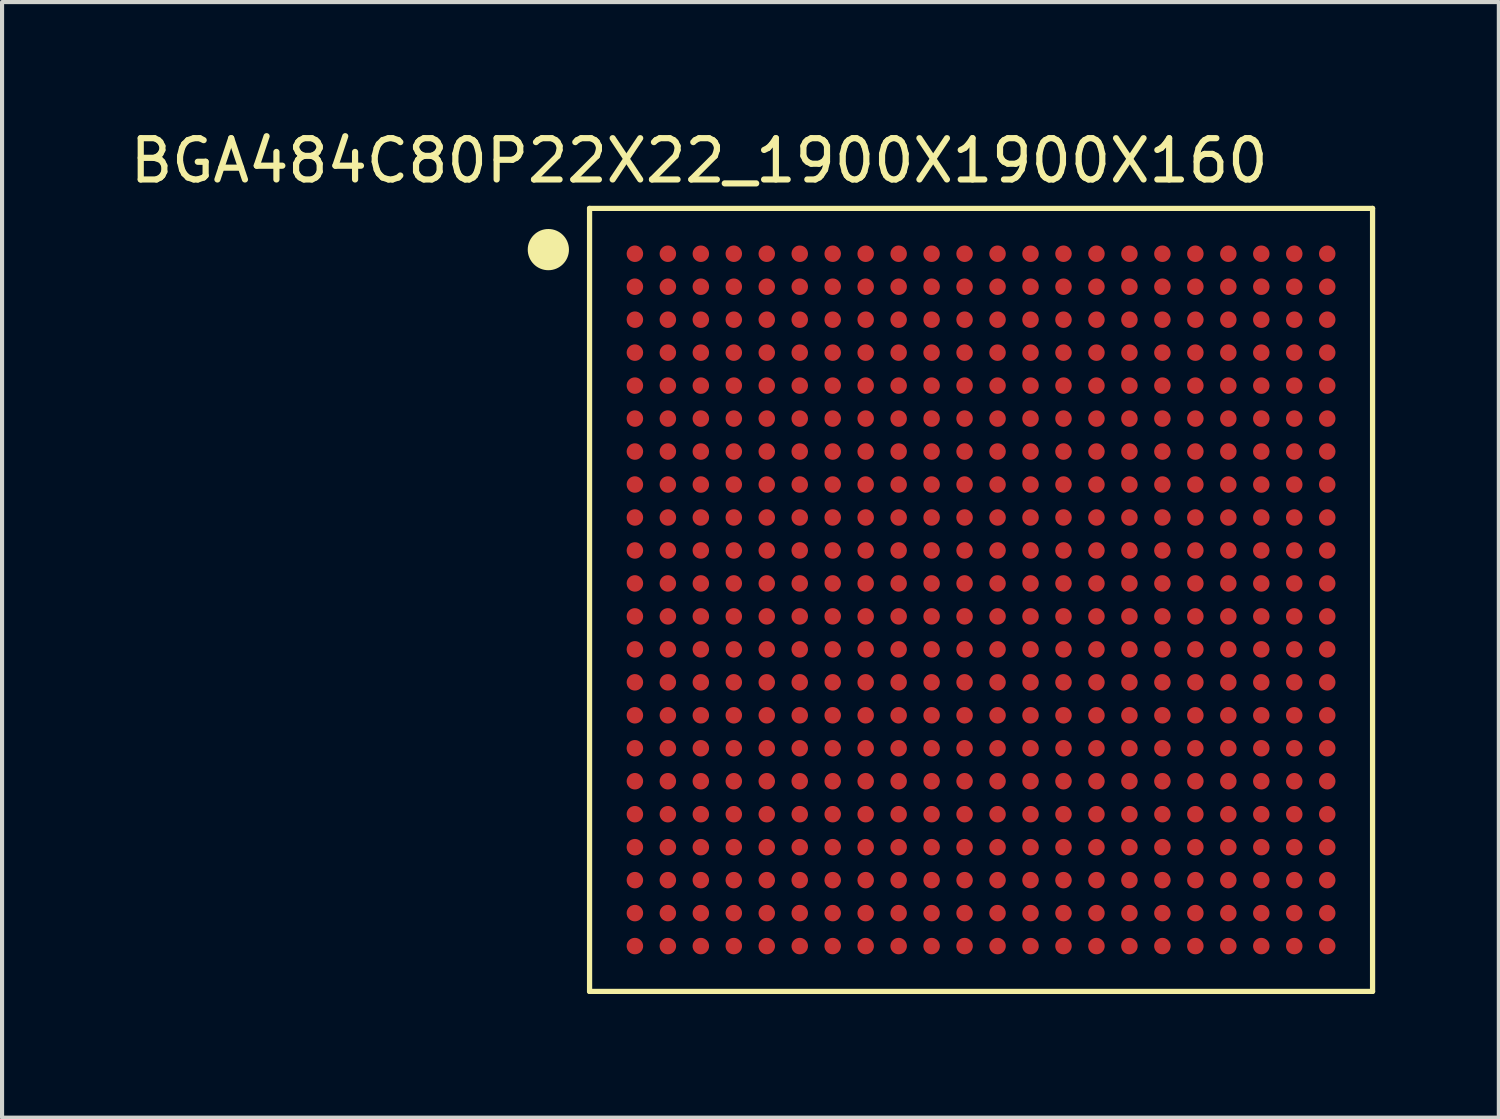
<source format=kicad_pcb>
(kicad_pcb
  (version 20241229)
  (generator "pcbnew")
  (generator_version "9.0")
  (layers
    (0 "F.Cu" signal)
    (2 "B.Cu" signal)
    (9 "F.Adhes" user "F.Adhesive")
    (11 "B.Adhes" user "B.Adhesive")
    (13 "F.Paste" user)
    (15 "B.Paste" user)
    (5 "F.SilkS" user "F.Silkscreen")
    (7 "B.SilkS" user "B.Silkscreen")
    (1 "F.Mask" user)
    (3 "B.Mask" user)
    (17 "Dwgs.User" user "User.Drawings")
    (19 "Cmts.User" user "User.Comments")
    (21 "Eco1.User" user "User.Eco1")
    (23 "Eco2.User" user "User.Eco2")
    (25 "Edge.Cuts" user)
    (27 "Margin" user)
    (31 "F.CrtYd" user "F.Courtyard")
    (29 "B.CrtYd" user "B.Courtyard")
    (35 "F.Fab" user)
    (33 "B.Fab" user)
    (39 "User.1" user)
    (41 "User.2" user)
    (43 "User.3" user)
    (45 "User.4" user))
  (footprint "BGA484C80P22X22_1900X1900X160"
    (layer "F.Cu")
    (at 20.756 11.507)
    (property "Reference" "BGA484C80P22X22_1900X1900X160" (at -6.84 -10.658 0) (layer "F.SilkS") (effects (font (size 1.002 1.002) (thickness 0.15))))
    (attr smd)
    (fp_line (start -9.5 -9.5) (end -9.5 9.5) (stroke (width 0.127) (type solid)) (layer "F.SilkS"))
    (fp_line (start -9.5 9.5) (end 9.5 9.5) (stroke (width 0.127) (type solid)) (layer "F.SilkS"))
    (fp_line (start 9.5 -9.5) (end -9.5 -9.5) (stroke (width 0.127) (type solid)) (layer "F.SilkS"))
    (fp_line (start 9.5 9.5) (end 9.5 -9.5) (stroke (width 0.127) (type solid)) (layer "F.SilkS"))
    (fp_circle (center -10.5 -8.5) (end -10 -8.5) (stroke (width 0) (type solid)) (fill yes) (layer "F.SilkS"))
    (pad "A1" smd circle (at -8.4 -8.4) (size 0.4 0.4) (layers "F.Cu" "F.Mask" "F.Paste"))
    (pad "A2" smd circle (at -7.6 -8.4) (size 0.4 0.4) (layers "F.Cu" "F.Mask" "F.Paste"))
    (pad "A3" smd circle (at -6.8 -8.4) (size 0.4 0.4) (layers "F.Cu" "F.Mask" "F.Paste"))
    (pad "A4" smd circle (at -6 -8.4) (size 0.4 0.4) (layers "F.Cu" "F.Mask" "F.Paste"))
    (pad "A5" smd circle (at -5.2 -8.4) (size 0.4 0.4) (layers "F.Cu" "F.Mask" "F.Paste"))
    (pad "A6" smd circle (at -4.4 -8.4) (size 0.4 0.4) (layers "F.Cu" "F.Mask" "F.Paste"))
    (pad "A7" smd circle (at -3.6 -8.4) (size 0.4 0.4) (layers "F.Cu" "F.Mask" "F.Paste"))
    (pad "A8" smd circle (at -2.8 -8.4) (size 0.4 0.4) (layers "F.Cu" "F.Mask" "F.Paste"))
    (pad "A9" smd circle (at -2 -8.4) (size 0.4 0.4) (layers "F.Cu" "F.Mask" "F.Paste"))
    (pad "A10" smd circle (at -1.2 -8.4) (size 0.4 0.4) (layers "F.Cu" "F.Mask" "F.Paste"))
    (pad "A11" smd circle (at -0.4 -8.4) (size 0.4 0.4) (layers "F.Cu" "F.Mask" "F.Paste"))
    (pad "A12" smd circle (at 0.4 -8.4) (size 0.4 0.4) (layers "F.Cu" "F.Mask" "F.Paste"))
    (pad "A13" smd circle (at 1.2 -8.4) (size 0.4 0.4) (layers "F.Cu" "F.Mask" "F.Paste"))
    (pad "A14" smd circle (at 2 -8.4) (size 0.4 0.4) (layers "F.Cu" "F.Mask" "F.Paste"))
    (pad "A15" smd circle (at 2.8 -8.4) (size 0.4 0.4) (layers "F.Cu" "F.Mask" "F.Paste"))
    (pad "A16" smd circle (at 3.6 -8.4) (size 0.4 0.4) (layers "F.Cu" "F.Mask" "F.Paste"))
    (pad "A17" smd circle (at 4.4 -8.4) (size 0.4 0.4) (layers "F.Cu" "F.Mask" "F.Paste"))
    (pad "A18" smd circle (at 5.2 -8.4) (size 0.4 0.4) (layers "F.Cu" "F.Mask" "F.Paste"))
    (pad "A19" smd circle (at 6 -8.4) (size 0.4 0.4) (layers "F.Cu" "F.Mask" "F.Paste"))
    (pad "A20" smd circle (at 6.8 -8.4) (size 0.4 0.4) (layers "F.Cu" "F.Mask" "F.Paste"))
    (pad "A21" smd circle (at 7.6 -8.4) (size 0.4 0.4) (layers "F.Cu" "F.Mask" "F.Paste"))
    (pad "A22" smd circle (at 8.4 -8.4) (size 0.4 0.4) (layers "F.Cu" "F.Mask" "F.Paste"))
    (pad "AA1" smd circle (at -8.4 7.6) (size 0.4 0.4) (layers "F.Cu" "F.Mask" "F.Paste"))
    (pad "AA2" smd circle (at -7.6 7.6) (size 0.4 0.4) (layers "F.Cu" "F.Mask" "F.Paste"))
    (pad "AA3" smd circle (at -6.8 7.6) (size 0.4 0.4) (layers "F.Cu" "F.Mask" "F.Paste"))
    (pad "AA4" smd circle (at -6 7.6) (size 0.4 0.4) (layers "F.Cu" "F.Mask" "F.Paste"))
    (pad "AA5" smd circle (at -5.2 7.6) (size 0.4 0.4) (layers "F.Cu" "F.Mask" "F.Paste"))
    (pad "AA6" smd circle (at -4.4 7.6) (size 0.4 0.4) (layers "F.Cu" "F.Mask" "F.Paste"))
    (pad "AA7" smd circle (at -3.6 7.6) (size 0.4 0.4) (layers "F.Cu" "F.Mask" "F.Paste"))
    (pad "AA8" smd circle (at -2.8 7.6) (size 0.4 0.4) (layers "F.Cu" "F.Mask" "F.Paste"))
    (pad "AA9" smd circle (at -2 7.6) (size 0.4 0.4) (layers "F.Cu" "F.Mask" "F.Paste"))
    (pad "AA10" smd circle (at -1.2 7.6) (size 0.4 0.4) (layers "F.Cu" "F.Mask" "F.Paste"))
    (pad "AA11" smd circle (at -0.4 7.6) (size 0.4 0.4) (layers "F.Cu" "F.Mask" "F.Paste"))
    (pad "AA12" smd circle (at 0.4 7.6) (size 0.4 0.4) (layers "F.Cu" "F.Mask" "F.Paste"))
    (pad "AA13" smd circle (at 1.2 7.6) (size 0.4 0.4) (layers "F.Cu" "F.Mask" "F.Paste"))
    (pad "AA14" smd circle (at 2 7.6) (size 0.4 0.4) (layers "F.Cu" "F.Mask" "F.Paste"))
    (pad "AA15" smd circle (at 2.8 7.6) (size 0.4 0.4) (layers "F.Cu" "F.Mask" "F.Paste"))
    (pad "AA16" smd circle (at 3.6 7.6) (size 0.4 0.4) (layers "F.Cu" "F.Mask" "F.Paste"))
    (pad "AA17" smd circle (at 4.4 7.6) (size 0.4 0.4) (layers "F.Cu" "F.Mask" "F.Paste"))
    (pad "AA18" smd circle (at 5.2 7.6) (size 0.4 0.4) (layers "F.Cu" "F.Mask" "F.Paste"))
    (pad "AA19" smd circle (at 6 7.6) (size 0.4 0.4) (layers "F.Cu" "F.Mask" "F.Paste"))
    (pad "AA20" smd circle (at 6.8 7.6) (size 0.4 0.4) (layers "F.Cu" "F.Mask" "F.Paste"))
    (pad "AA21" smd circle (at 7.6 7.6) (size 0.4 0.4) (layers "F.Cu" "F.Mask" "F.Paste"))
    (pad "AA22" smd circle (at 8.4 7.6) (size 0.4 0.4) (layers "F.Cu" "F.Mask" "F.Paste"))
    (pad "AB1" smd circle (at -8.4 8.4) (size 0.4 0.4) (layers "F.Cu" "F.Mask" "F.Paste"))
    (pad "AB2" smd circle (at -7.6 8.4) (size 0.4 0.4) (layers "F.Cu" "F.Mask" "F.Paste"))
    (pad "AB3" smd circle (at -6.8 8.4) (size 0.4 0.4) (layers "F.Cu" "F.Mask" "F.Paste"))
    (pad "AB4" smd circle (at -6 8.4) (size 0.4 0.4) (layers "F.Cu" "F.Mask" "F.Paste"))
    (pad "AB5" smd circle (at -5.2 8.4) (size 0.4 0.4) (layers "F.Cu" "F.Mask" "F.Paste"))
    (pad "AB6" smd circle (at -4.4 8.4) (size 0.4 0.4) (layers "F.Cu" "F.Mask" "F.Paste"))
    (pad "AB7" smd circle (at -3.6 8.4) (size 0.4 0.4) (layers "F.Cu" "F.Mask" "F.Paste"))
    (pad "AB8" smd circle (at -2.8 8.4) (size 0.4 0.4) (layers "F.Cu" "F.Mask" "F.Paste"))
    (pad "AB9" smd circle (at -2 8.4) (size 0.4 0.4) (layers "F.Cu" "F.Mask" "F.Paste"))
    (pad "AB10" smd circle (at -1.2 8.4) (size 0.4 0.4) (layers "F.Cu" "F.Mask" "F.Paste"))
    (pad "AB11" smd circle (at -0.4 8.4) (size 0.4 0.4) (layers "F.Cu" "F.Mask" "F.Paste"))
    (pad "AB12" smd circle (at 0.4 8.4) (size 0.4 0.4) (layers "F.Cu" "F.Mask" "F.Paste"))
    (pad "AB13" smd circle (at 1.2 8.4) (size 0.4 0.4) (layers "F.Cu" "F.Mask" "F.Paste"))
    (pad "AB14" smd circle (at 2 8.4) (size 0.4 0.4) (layers "F.Cu" "F.Mask" "F.Paste"))
    (pad "AB15" smd circle (at 2.8 8.4) (size 0.4 0.4) (layers "F.Cu" "F.Mask" "F.Paste"))
    (pad "AB16" smd circle (at 3.6 8.4) (size 0.4 0.4) (layers "F.Cu" "F.Mask" "F.Paste"))
    (pad "AB17" smd circle (at 4.4 8.4) (size 0.4 0.4) (layers "F.Cu" "F.Mask" "F.Paste"))
    (pad "AB18" smd circle (at 5.2 8.4) (size 0.4 0.4) (layers "F.Cu" "F.Mask" "F.Paste"))
    (pad "AB19" smd circle (at 6 8.4) (size 0.4 0.4) (layers "F.Cu" "F.Mask" "F.Paste"))
    (pad "AB20" smd circle (at 6.8 8.4) (size 0.4 0.4) (layers "F.Cu" "F.Mask" "F.Paste"))
    (pad "AB21" smd circle (at 7.6 8.4) (size 0.4 0.4) (layers "F.Cu" "F.Mask" "F.Paste"))
    (pad "AB22" smd circle (at 8.4 8.4) (size 0.4 0.4) (layers "F.Cu" "F.Mask" "F.Paste"))
    (pad "B1" smd circle (at -8.4 -7.6) (size 0.4 0.4) (layers "F.Cu" "F.Mask" "F.Paste"))
    (pad "B2" smd circle (at -7.6 -7.6) (size 0.4 0.4) (layers "F.Cu" "F.Mask" "F.Paste"))
    (pad "B3" smd circle (at -6.8 -7.6) (size 0.4 0.4) (layers "F.Cu" "F.Mask" "F.Paste"))
    (pad "B4" smd circle (at -6 -7.6) (size 0.4 0.4) (layers "F.Cu" "F.Mask" "F.Paste"))
    (pad "B5" smd circle (at -5.2 -7.6) (size 0.4 0.4) (layers "F.Cu" "F.Mask" "F.Paste"))
    (pad "B6" smd circle (at -4.4 -7.6) (size 0.4 0.4) (layers "F.Cu" "F.Mask" "F.Paste"))
    (pad "B7" smd circle (at -3.6 -7.6) (size 0.4 0.4) (layers "F.Cu" "F.Mask" "F.Paste"))
    (pad "B8" smd circle (at -2.8 -7.6) (size 0.4 0.4) (layers "F.Cu" "F.Mask" "F.Paste"))
    (pad "B9" smd circle (at -2 -7.6) (size 0.4 0.4) (layers "F.Cu" "F.Mask" "F.Paste"))
    (pad "B10" smd circle (at -1.2 -7.6) (size 0.4 0.4) (layers "F.Cu" "F.Mask" "F.Paste"))
    (pad "B11" smd circle (at -0.4 -7.6) (size 0.4 0.4) (layers "F.Cu" "F.Mask" "F.Paste"))
    (pad "B12" smd circle (at 0.4 -7.6) (size 0.4 0.4) (layers "F.Cu" "F.Mask" "F.Paste"))
    (pad "B13" smd circle (at 1.2 -7.6) (size 0.4 0.4) (layers "F.Cu" "F.Mask" "F.Paste"))
    (pad "B14" smd circle (at 2 -7.6) (size 0.4 0.4) (layers "F.Cu" "F.Mask" "F.Paste"))
    (pad "B15" smd circle (at 2.8 -7.6) (size 0.4 0.4) (layers "F.Cu" "F.Mask" "F.Paste"))
    (pad "B16" smd circle (at 3.6 -7.6) (size 0.4 0.4) (layers "F.Cu" "F.Mask" "F.Paste"))
    (pad "B17" smd circle (at 4.4 -7.6) (size 0.4 0.4) (layers "F.Cu" "F.Mask" "F.Paste"))
    (pad "B18" smd circle (at 5.2 -7.6) (size 0.4 0.4) (layers "F.Cu" "F.Mask" "F.Paste"))
    (pad "B19" smd circle (at 6 -7.6) (size 0.4 0.4) (layers "F.Cu" "F.Mask" "F.Paste"))
    (pad "B20" smd circle (at 6.8 -7.6) (size 0.4 0.4) (layers "F.Cu" "F.Mask" "F.Paste"))
    (pad "B21" smd circle (at 7.6 -7.6) (size 0.4 0.4) (layers "F.Cu" "F.Mask" "F.Paste"))
    (pad "B22" smd circle (at 8.4 -7.6) (size 0.4 0.4) (layers "F.Cu" "F.Mask" "F.Paste"))
    (pad "C1" smd circle (at -8.4 -6.8) (size 0.4 0.4) (layers "F.Cu" "F.Mask" "F.Paste"))
    (pad "C2" smd circle (at -7.6 -6.8) (size 0.4 0.4) (layers "F.Cu" "F.Mask" "F.Paste"))
    (pad "C3" smd circle (at -6.8 -6.8) (size 0.4 0.4) (layers "F.Cu" "F.Mask" "F.Paste"))
    (pad "C4" smd circle (at -6 -6.8) (size 0.4 0.4) (layers "F.Cu" "F.Mask" "F.Paste"))
    (pad "C5" smd circle (at -5.2 -6.8) (size 0.4 0.4) (layers "F.Cu" "F.Mask" "F.Paste"))
    (pad "C6" smd circle (at -4.4 -6.8) (size 0.4 0.4) (layers "F.Cu" "F.Mask" "F.Paste"))
    (pad "C7" smd circle (at -3.6 -6.8) (size 0.4 0.4) (layers "F.Cu" "F.Mask" "F.Paste"))
    (pad "C8" smd circle (at -2.8 -6.8) (size 0.4 0.4) (layers "F.Cu" "F.Mask" "F.Paste"))
    (pad "C9" smd circle (at -2 -6.8) (size 0.4 0.4) (layers "F.Cu" "F.Mask" "F.Paste"))
    (pad "C10" smd circle (at -1.2 -6.8) (size 0.4 0.4) (layers "F.Cu" "F.Mask" "F.Paste"))
    (pad "C11" smd circle (at -0.4 -6.8) (size 0.4 0.4) (layers "F.Cu" "F.Mask" "F.Paste"))
    (pad "C12" smd circle (at 0.4 -6.8) (size 0.4 0.4) (layers "F.Cu" "F.Mask" "F.Paste"))
    (pad "C13" smd circle (at 1.2 -6.8) (size 0.4 0.4) (layers "F.Cu" "F.Mask" "F.Paste"))
    (pad "C14" smd circle (at 2 -6.8) (size 0.4 0.4) (layers "F.Cu" "F.Mask" "F.Paste"))
    (pad "C15" smd circle (at 2.8 -6.8) (size 0.4 0.4) (layers "F.Cu" "F.Mask" "F.Paste"))
    (pad "C16" smd circle (at 3.6 -6.8) (size 0.4 0.4) (layers "F.Cu" "F.Mask" "F.Paste"))
    (pad "C17" smd circle (at 4.4 -6.8) (size 0.4 0.4) (layers "F.Cu" "F.Mask" "F.Paste"))
    (pad "C18" smd circle (at 5.2 -6.8) (size 0.4 0.4) (layers "F.Cu" "F.Mask" "F.Paste"))
    (pad "C19" smd circle (at 6 -6.8) (size 0.4 0.4) (layers "F.Cu" "F.Mask" "F.Paste"))
    (pad "C20" smd circle (at 6.8 -6.8) (size 0.4 0.4) (layers "F.Cu" "F.Mask" "F.Paste"))
    (pad "C21" smd circle (at 7.6 -6.8) (size 0.4 0.4) (layers "F.Cu" "F.Mask" "F.Paste"))
    (pad "C22" smd circle (at 8.4 -6.8) (size 0.4 0.4) (layers "F.Cu" "F.Mask" "F.Paste"))
    (pad "D1" smd circle (at -8.4 -6) (size 0.4 0.4) (layers "F.Cu" "F.Mask" "F.Paste"))
    (pad "D2" smd circle (at -7.6 -6) (size 0.4 0.4) (layers "F.Cu" "F.Mask" "F.Paste"))
    (pad "D3" smd circle (at -6.8 -6) (size 0.4 0.4) (layers "F.Cu" "F.Mask" "F.Paste"))
    (pad "D4" smd circle (at -6 -6) (size 0.4 0.4) (layers "F.Cu" "F.Mask" "F.Paste"))
    (pad "D5" smd circle (at -5.2 -6) (size 0.4 0.4) (layers "F.Cu" "F.Mask" "F.Paste"))
    (pad "D6" smd circle (at -4.4 -6) (size 0.4 0.4) (layers "F.Cu" "F.Mask" "F.Paste"))
    (pad "D7" smd circle (at -3.6 -6) (size 0.4 0.4) (layers "F.Cu" "F.Mask" "F.Paste"))
    (pad "D8" smd circle (at -2.8 -6) (size 0.4 0.4) (layers "F.Cu" "F.Mask" "F.Paste"))
    (pad "D9" smd circle (at -2 -6) (size 0.4 0.4) (layers "F.Cu" "F.Mask" "F.Paste"))
    (pad "D10" smd circle (at -1.2 -6) (size 0.4 0.4) (layers "F.Cu" "F.Mask" "F.Paste"))
    (pad "D11" smd circle (at -0.4 -6) (size 0.4 0.4) (layers "F.Cu" "F.Mask" "F.Paste"))
    (pad "D12" smd circle (at 0.4 -6) (size 0.4 0.4) (layers "F.Cu" "F.Mask" "F.Paste"))
    (pad "D13" smd circle (at 1.2 -6) (size 0.4 0.4) (layers "F.Cu" "F.Mask" "F.Paste"))
    (pad "D14" smd circle (at 2 -6) (size 0.4 0.4) (layers "F.Cu" "F.Mask" "F.Paste"))
    (pad "D15" smd circle (at 2.8 -6) (size 0.4 0.4) (layers "F.Cu" "F.Mask" "F.Paste"))
    (pad "D16" smd circle (at 3.6 -6) (size 0.4 0.4) (layers "F.Cu" "F.Mask" "F.Paste"))
    (pad "D17" smd circle (at 4.4 -6) (size 0.4 0.4) (layers "F.Cu" "F.Mask" "F.Paste"))
    (pad "D18" smd circle (at 5.2 -6) (size 0.4 0.4) (layers "F.Cu" "F.Mask" "F.Paste"))
    (pad "D19" smd circle (at 6 -6) (size 0.4 0.4) (layers "F.Cu" "F.Mask" "F.Paste"))
    (pad "D20" smd circle (at 6.8 -6) (size 0.4 0.4) (layers "F.Cu" "F.Mask" "F.Paste"))
    (pad "D21" smd circle (at 7.6 -6) (size 0.4 0.4) (layers "F.Cu" "F.Mask" "F.Paste"))
    (pad "D22" smd circle (at 8.4 -6) (size 0.4 0.4) (layers "F.Cu" "F.Mask" "F.Paste"))
    (pad "E1" smd circle (at -8.4 -5.2) (size 0.4 0.4) (layers "F.Cu" "F.Mask" "F.Paste"))
    (pad "E2" smd circle (at -7.6 -5.2) (size 0.4 0.4) (layers "F.Cu" "F.Mask" "F.Paste"))
    (pad "E3" smd circle (at -6.8 -5.2) (size 0.4 0.4) (layers "F.Cu" "F.Mask" "F.Paste"))
    (pad "E4" smd circle (at -6 -5.2) (size 0.4 0.4) (layers "F.Cu" "F.Mask" "F.Paste"))
    (pad "E5" smd circle (at -5.2 -5.2) (size 0.4 0.4) (layers "F.Cu" "F.Mask" "F.Paste"))
    (pad "E6" smd circle (at -4.4 -5.2) (size 0.4 0.4) (layers "F.Cu" "F.Mask" "F.Paste"))
    (pad "E7" smd circle (at -3.6 -5.2) (size 0.4 0.4) (layers "F.Cu" "F.Mask" "F.Paste"))
    (pad "E8" smd circle (at -2.8 -5.2) (size 0.4 0.4) (layers "F.Cu" "F.Mask" "F.Paste"))
    (pad "E9" smd circle (at -2 -5.2) (size 0.4 0.4) (layers "F.Cu" "F.Mask" "F.Paste"))
    (pad "E10" smd circle (at -1.2 -5.2) (size 0.4 0.4) (layers "F.Cu" "F.Mask" "F.Paste"))
    (pad "E11" smd circle (at -0.4 -5.2) (size 0.4 0.4) (layers "F.Cu" "F.Mask" "F.Paste"))
    (pad "E12" smd circle (at 0.4 -5.2) (size 0.4 0.4) (layers "F.Cu" "F.Mask" "F.Paste"))
    (pad "E13" smd circle (at 1.2 -5.2) (size 0.4 0.4) (layers "F.Cu" "F.Mask" "F.Paste"))
    (pad "E14" smd circle (at 2 -5.2) (size 0.4 0.4) (layers "F.Cu" "F.Mask" "F.Paste"))
    (pad "E15" smd circle (at 2.8 -5.2) (size 0.4 0.4) (layers "F.Cu" "F.Mask" "F.Paste"))
    (pad "E16" smd circle (at 3.6 -5.2) (size 0.4 0.4) (layers "F.Cu" "F.Mask" "F.Paste"))
    (pad "E17" smd circle (at 4.4 -5.2) (size 0.4 0.4) (layers "F.Cu" "F.Mask" "F.Paste"))
    (pad "E18" smd circle (at 5.2 -5.2) (size 0.4 0.4) (layers "F.Cu" "F.Mask" "F.Paste"))
    (pad "E19" smd circle (at 6 -5.2) (size 0.4 0.4) (layers "F.Cu" "F.Mask" "F.Paste"))
    (pad "E20" smd circle (at 6.8 -5.2) (size 0.4 0.4) (layers "F.Cu" "F.Mask" "F.Paste"))
    (pad "E21" smd circle (at 7.6 -5.2) (size 0.4 0.4) (layers "F.Cu" "F.Mask" "F.Paste"))
    (pad "E22" smd circle (at 8.4 -5.2) (size 0.4 0.4) (layers "F.Cu" "F.Mask" "F.Paste"))
    (pad "F1" smd circle (at -8.4 -4.4) (size 0.4 0.4) (layers "F.Cu" "F.Mask" "F.Paste"))
    (pad "F2" smd circle (at -7.6 -4.4) (size 0.4 0.4) (layers "F.Cu" "F.Mask" "F.Paste"))
    (pad "F3" smd circle (at -6.8 -4.4) (size 0.4 0.4) (layers "F.Cu" "F.Mask" "F.Paste"))
    (pad "F4" smd circle (at -6 -4.4) (size 0.4 0.4) (layers "F.Cu" "F.Mask" "F.Paste"))
    (pad "F5" smd circle (at -5.2 -4.4) (size 0.4 0.4) (layers "F.Cu" "F.Mask" "F.Paste"))
    (pad "F6" smd circle (at -4.4 -4.4) (size 0.4 0.4) (layers "F.Cu" "F.Mask" "F.Paste"))
    (pad "F7" smd circle (at -3.6 -4.4) (size 0.4 0.4) (layers "F.Cu" "F.Mask" "F.Paste"))
    (pad "F8" smd circle (at -2.8 -4.4) (size 0.4 0.4) (layers "F.Cu" "F.Mask" "F.Paste"))
    (pad "F9" smd circle (at -2 -4.4) (size 0.4 0.4) (layers "F.Cu" "F.Mask" "F.Paste"))
    (pad "F10" smd circle (at -1.2 -4.4) (size 0.4 0.4) (layers "F.Cu" "F.Mask" "F.Paste"))
    (pad "F11" smd circle (at -0.4 -4.4) (size 0.4 0.4) (layers "F.Cu" "F.Mask" "F.Paste"))
    (pad "F12" smd circle (at 0.4 -4.4) (size 0.4 0.4) (layers "F.Cu" "F.Mask" "F.Paste"))
    (pad "F13" smd circle (at 1.2 -4.4) (size 0.4 0.4) (layers "F.Cu" "F.Mask" "F.Paste"))
    (pad "F14" smd circle (at 2 -4.4) (size 0.4 0.4) (layers "F.Cu" "F.Mask" "F.Paste"))
    (pad "F15" smd circle (at 2.8 -4.4) (size 0.4 0.4) (layers "F.Cu" "F.Mask" "F.Paste"))
    (pad "F16" smd circle (at 3.6 -4.4) (size 0.4 0.4) (layers "F.Cu" "F.Mask" "F.Paste"))
    (pad "F17" smd circle (at 4.4 -4.4) (size 0.4 0.4) (layers "F.Cu" "F.Mask" "F.Paste"))
    (pad "F18" smd circle (at 5.2 -4.4) (size 0.4 0.4) (layers "F.Cu" "F.Mask" "F.Paste"))
    (pad "F19" smd circle (at 6 -4.4) (size 0.4 0.4) (layers "F.Cu" "F.Mask" "F.Paste"))
    (pad "F20" smd circle (at 6.8 -4.4) (size 0.4 0.4) (layers "F.Cu" "F.Mask" "F.Paste"))
    (pad "F21" smd circle (at 7.6 -4.4) (size 0.4 0.4) (layers "F.Cu" "F.Mask" "F.Paste"))
    (pad "F22" smd circle (at 8.4 -4.4) (size 0.4 0.4) (layers "F.Cu" "F.Mask" "F.Paste"))
    (pad "G1" smd circle (at -8.4 -3.6) (size 0.4 0.4) (layers "F.Cu" "F.Mask" "F.Paste"))
    (pad "G2" smd circle (at -7.6 -3.6) (size 0.4 0.4) (layers "F.Cu" "F.Mask" "F.Paste"))
    (pad "G3" smd circle (at -6.8 -3.6) (size 0.4 0.4) (layers "F.Cu" "F.Mask" "F.Paste"))
    (pad "G4" smd circle (at -6 -3.6) (size 0.4 0.4) (layers "F.Cu" "F.Mask" "F.Paste"))
    (pad "G5" smd circle (at -5.2 -3.6) (size 0.4 0.4) (layers "F.Cu" "F.Mask" "F.Paste"))
    (pad "G6" smd circle (at -4.4 -3.6) (size 0.4 0.4) (layers "F.Cu" "F.Mask" "F.Paste"))
    (pad "G7" smd circle (at -3.6 -3.6) (size 0.4 0.4) (layers "F.Cu" "F.Mask" "F.Paste"))
    (pad "G8" smd circle (at -2.8 -3.6) (size 0.4 0.4) (layers "F.Cu" "F.Mask" "F.Paste"))
    (pad "G9" smd circle (at -2 -3.6) (size 0.4 0.4) (layers "F.Cu" "F.Mask" "F.Paste"))
    (pad "G10" smd circle (at -1.2 -3.6) (size 0.4 0.4) (layers "F.Cu" "F.Mask" "F.Paste"))
    (pad "G11" smd circle (at -0.4 -3.6) (size 0.4 0.4) (layers "F.Cu" "F.Mask" "F.Paste"))
    (pad "G12" smd circle (at 0.4 -3.6) (size 0.4 0.4) (layers "F.Cu" "F.Mask" "F.Paste"))
    (pad "G13" smd circle (at 1.2 -3.6) (size 0.4 0.4) (layers "F.Cu" "F.Mask" "F.Paste"))
    (pad "G14" smd circle (at 2 -3.6) (size 0.4 0.4) (layers "F.Cu" "F.Mask" "F.Paste"))
    (pad "G15" smd circle (at 2.8 -3.6) (size 0.4 0.4) (layers "F.Cu" "F.Mask" "F.Paste"))
    (pad "G16" smd circle (at 3.6 -3.6) (size 0.4 0.4) (layers "F.Cu" "F.Mask" "F.Paste"))
    (pad "G17" smd circle (at 4.4 -3.6) (size 0.4 0.4) (layers "F.Cu" "F.Mask" "F.Paste"))
    (pad "G18" smd circle (at 5.2 -3.6) (size 0.4 0.4) (layers "F.Cu" "F.Mask" "F.Paste"))
    (pad "G19" smd circle (at 6 -3.6) (size 0.4 0.4) (layers "F.Cu" "F.Mask" "F.Paste"))
    (pad "G20" smd circle (at 6.8 -3.6) (size 0.4 0.4) (layers "F.Cu" "F.Mask" "F.Paste"))
    (pad "G21" smd circle (at 7.6 -3.6) (size 0.4 0.4) (layers "F.Cu" "F.Mask" "F.Paste"))
    (pad "G22" smd circle (at 8.4 -3.6) (size 0.4 0.4) (layers "F.Cu" "F.Mask" "F.Paste"))
    (pad "H1" smd circle (at -8.4 -2.8) (size 0.4 0.4) (layers "F.Cu" "F.Mask" "F.Paste"))
    (pad "H2" smd circle (at -7.6 -2.8) (size 0.4 0.4) (layers "F.Cu" "F.Mask" "F.Paste"))
    (pad "H3" smd circle (at -6.8 -2.8) (size 0.4 0.4) (layers "F.Cu" "F.Mask" "F.Paste"))
    (pad "H4" smd circle (at -6 -2.8) (size 0.4 0.4) (layers "F.Cu" "F.Mask" "F.Paste"))
    (pad "H5" smd circle (at -5.2 -2.8) (size 0.4 0.4) (layers "F.Cu" "F.Mask" "F.Paste"))
    (pad "H6" smd circle (at -4.4 -2.8) (size 0.4 0.4) (layers "F.Cu" "F.Mask" "F.Paste"))
    (pad "H7" smd circle (at -3.6 -2.8) (size 0.4 0.4) (layers "F.Cu" "F.Mask" "F.Paste"))
    (pad "H8" smd circle (at -2.8 -2.8) (size 0.4 0.4) (layers "F.Cu" "F.Mask" "F.Paste"))
    (pad "H9" smd circle (at -2 -2.8) (size 0.4 0.4) (layers "F.Cu" "F.Mask" "F.Paste"))
    (pad "H10" smd circle (at -1.2 -2.8) (size 0.4 0.4) (layers "F.Cu" "F.Mask" "F.Paste"))
    (pad "H11" smd circle (at -0.4 -2.8) (size 0.4 0.4) (layers "F.Cu" "F.Mask" "F.Paste"))
    (pad "H12" smd circle (at 0.4 -2.8) (size 0.4 0.4) (layers "F.Cu" "F.Mask" "F.Paste"))
    (pad "H13" smd circle (at 1.2 -2.8) (size 0.4 0.4) (layers "F.Cu" "F.Mask" "F.Paste"))
    (pad "H14" smd circle (at 2 -2.8) (size 0.4 0.4) (layers "F.Cu" "F.Mask" "F.Paste"))
    (pad "H15" smd circle (at 2.8 -2.8) (size 0.4 0.4) (layers "F.Cu" "F.Mask" "F.Paste"))
    (pad "H16" smd circle (at 3.6 -2.8) (size 0.4 0.4) (layers "F.Cu" "F.Mask" "F.Paste"))
    (pad "H17" smd circle (at 4.4 -2.8) (size 0.4 0.4) (layers "F.Cu" "F.Mask" "F.Paste"))
    (pad "H18" smd circle (at 5.2 -2.8) (size 0.4 0.4) (layers "F.Cu" "F.Mask" "F.Paste"))
    (pad "H19" smd circle (at 6 -2.8) (size 0.4 0.4) (layers "F.Cu" "F.Mask" "F.Paste"))
    (pad "H20" smd circle (at 6.8 -2.8) (size 0.4 0.4) (layers "F.Cu" "F.Mask" "F.Paste"))
    (pad "H21" smd circle (at 7.6 -2.8) (size 0.4 0.4) (layers "F.Cu" "F.Mask" "F.Paste"))
    (pad "H22" smd circle (at 8.4 -2.8) (size 0.4 0.4) (layers "F.Cu" "F.Mask" "F.Paste"))
    (pad "J1" smd circle (at -8.4 -2) (size 0.4 0.4) (layers "F.Cu" "F.Mask" "F.Paste"))
    (pad "J2" smd circle (at -7.6 -2) (size 0.4 0.4) (layers "F.Cu" "F.Mask" "F.Paste"))
    (pad "J3" smd circle (at -6.8 -2) (size 0.4 0.4) (layers "F.Cu" "F.Mask" "F.Paste"))
    (pad "J4" smd circle (at -6 -2) (size 0.4 0.4) (layers "F.Cu" "F.Mask" "F.Paste"))
    (pad "J5" smd circle (at -5.2 -2) (size 0.4 0.4) (layers "F.Cu" "F.Mask" "F.Paste"))
    (pad "J6" smd circle (at -4.4 -2) (size 0.4 0.4) (layers "F.Cu" "F.Mask" "F.Paste"))
    (pad "J7" smd circle (at -3.6 -2) (size 0.4 0.4) (layers "F.Cu" "F.Mask" "F.Paste"))
    (pad "J8" smd circle (at -2.8 -2) (size 0.4 0.4) (layers "F.Cu" "F.Mask" "F.Paste"))
    (pad "J9" smd circle (at -2 -2) (size 0.4 0.4) (layers "F.Cu" "F.Mask" "F.Paste"))
    (pad "J10" smd circle (at -1.2 -2) (size 0.4 0.4) (layers "F.Cu" "F.Mask" "F.Paste"))
    (pad "J11" smd circle (at -0.4 -2) (size 0.4 0.4) (layers "F.Cu" "F.Mask" "F.Paste"))
    (pad "J12" smd circle (at 0.4 -2) (size 0.4 0.4) (layers "F.Cu" "F.Mask" "F.Paste"))
    (pad "J13" smd circle (at 1.2 -2) (size 0.4 0.4) (layers "F.Cu" "F.Mask" "F.Paste"))
    (pad "J14" smd circle (at 2 -2) (size 0.4 0.4) (layers "F.Cu" "F.Mask" "F.Paste"))
    (pad "J15" smd circle (at 2.8 -2) (size 0.4 0.4) (layers "F.Cu" "F.Mask" "F.Paste"))
    (pad "J16" smd circle (at 3.6 -2) (size 0.4 0.4) (layers "F.Cu" "F.Mask" "F.Paste"))
    (pad "J17" smd circle (at 4.4 -2) (size 0.4 0.4) (layers "F.Cu" "F.Mask" "F.Paste"))
    (pad "J18" smd circle (at 5.2 -2) (size 0.4 0.4) (layers "F.Cu" "F.Mask" "F.Paste"))
    (pad "J19" smd circle (at 6 -2) (size 0.4 0.4) (layers "F.Cu" "F.Mask" "F.Paste"))
    (pad "J20" smd circle (at 6.8 -2) (size 0.4 0.4) (layers "F.Cu" "F.Mask" "F.Paste"))
    (pad "J21" smd circle (at 7.6 -2) (size 0.4 0.4) (layers "F.Cu" "F.Mask" "F.Paste"))
    (pad "J22" smd circle (at 8.4 -2) (size 0.4 0.4) (layers "F.Cu" "F.Mask" "F.Paste"))
    (pad "K1" smd circle (at -8.4 -1.2) (size 0.4 0.4) (layers "F.Cu" "F.Mask" "F.Paste"))
    (pad "K2" smd circle (at -7.6 -1.2) (size 0.4 0.4) (layers "F.Cu" "F.Mask" "F.Paste"))
    (pad "K3" smd circle (at -6.8 -1.2) (size 0.4 0.4) (layers "F.Cu" "F.Mask" "F.Paste"))
    (pad "K4" smd circle (at -6 -1.2) (size 0.4 0.4) (layers "F.Cu" "F.Mask" "F.Paste"))
    (pad "K5" smd circle (at -5.2 -1.2) (size 0.4 0.4) (layers "F.Cu" "F.Mask" "F.Paste"))
    (pad "K6" smd circle (at -4.4 -1.2) (size 0.4 0.4) (layers "F.Cu" "F.Mask" "F.Paste"))
    (pad "K7" smd circle (at -3.6 -1.2) (size 0.4 0.4) (layers "F.Cu" "F.Mask" "F.Paste"))
    (pad "K8" smd circle (at -2.8 -1.2) (size 0.4 0.4) (layers "F.Cu" "F.Mask" "F.Paste"))
    (pad "K9" smd circle (at -2 -1.2) (size 0.4 0.4) (layers "F.Cu" "F.Mask" "F.Paste"))
    (pad "K10" smd circle (at -1.2 -1.2) (size 0.4 0.4) (layers "F.Cu" "F.Mask" "F.Paste"))
    (pad "K11" smd circle (at -0.4 -1.2) (size 0.4 0.4) (layers "F.Cu" "F.Mask" "F.Paste"))
    (pad "K12" smd circle (at 0.4 -1.2) (size 0.4 0.4) (layers "F.Cu" "F.Mask" "F.Paste"))
    (pad "K13" smd circle (at 1.2 -1.2) (size 0.4 0.4) (layers "F.Cu" "F.Mask" "F.Paste"))
    (pad "K14" smd circle (at 2 -1.2) (size 0.4 0.4) (layers "F.Cu" "F.Mask" "F.Paste"))
    (pad "K15" smd circle (at 2.8 -1.2) (size 0.4 0.4) (layers "F.Cu" "F.Mask" "F.Paste"))
    (pad "K16" smd circle (at 3.6 -1.2) (size 0.4 0.4) (layers "F.Cu" "F.Mask" "F.Paste"))
    (pad "K17" smd circle (at 4.4 -1.2) (size 0.4 0.4) (layers "F.Cu" "F.Mask" "F.Paste"))
    (pad "K18" smd circle (at 5.2 -1.2) (size 0.4 0.4) (layers "F.Cu" "F.Mask" "F.Paste"))
    (pad "K19" smd circle (at 6 -1.2) (size 0.4 0.4) (layers "F.Cu" "F.Mask" "F.Paste"))
    (pad "K20" smd circle (at 6.8 -1.2) (size 0.4 0.4) (layers "F.Cu" "F.Mask" "F.Paste"))
    (pad "K21" smd circle (at 7.6 -1.2) (size 0.4 0.4) (layers "F.Cu" "F.Mask" "F.Paste"))
    (pad "K22" smd circle (at 8.4 -1.2) (size 0.4 0.4) (layers "F.Cu" "F.Mask" "F.Paste"))
    (pad "L1" smd circle (at -8.4 -0.4) (size 0.4 0.4) (layers "F.Cu" "F.Mask" "F.Paste"))
    (pad "L2" smd circle (at -7.6 -0.4) (size 0.4 0.4) (layers "F.Cu" "F.Mask" "F.Paste"))
    (pad "L3" smd circle (at -6.8 -0.4) (size 0.4 0.4) (layers "F.Cu" "F.Mask" "F.Paste"))
    (pad "L4" smd circle (at -6 -0.4) (size 0.4 0.4) (layers "F.Cu" "F.Mask" "F.Paste"))
    (pad "L5" smd circle (at -5.2 -0.4) (size 0.4 0.4) (layers "F.Cu" "F.Mask" "F.Paste"))
    (pad "L6" smd circle (at -4.4 -0.4) (size 0.4 0.4) (layers "F.Cu" "F.Mask" "F.Paste"))
    (pad "L7" smd circle (at -3.6 -0.4) (size 0.4 0.4) (layers "F.Cu" "F.Mask" "F.Paste"))
    (pad "L8" smd circle (at -2.8 -0.4) (size 0.4 0.4) (layers "F.Cu" "F.Mask" "F.Paste"))
    (pad "L9" smd circle (at -2 -0.4) (size 0.4 0.4) (layers "F.Cu" "F.Mask" "F.Paste"))
    (pad "L10" smd circle (at -1.2 -0.4) (size 0.4 0.4) (layers "F.Cu" "F.Mask" "F.Paste"))
    (pad "L11" smd circle (at -0.4 -0.4) (size 0.4 0.4) (layers "F.Cu" "F.Mask" "F.Paste"))
    (pad "L12" smd circle (at 0.4 -0.4) (size 0.4 0.4) (layers "F.Cu" "F.Mask" "F.Paste"))
    (pad "L13" smd circle (at 1.2 -0.4) (size 0.4 0.4) (layers "F.Cu" "F.Mask" "F.Paste"))
    (pad "L14" smd circle (at 2 -0.4) (size 0.4 0.4) (layers "F.Cu" "F.Mask" "F.Paste"))
    (pad "L15" smd circle (at 2.8 -0.4) (size 0.4 0.4) (layers "F.Cu" "F.Mask" "F.Paste"))
    (pad "L16" smd circle (at 3.6 -0.4) (size 0.4 0.4) (layers "F.Cu" "F.Mask" "F.Paste"))
    (pad "L17" smd circle (at 4.4 -0.4) (size 0.4 0.4) (layers "F.Cu" "F.Mask" "F.Paste"))
    (pad "L18" smd circle (at 5.2 -0.4) (size 0.4 0.4) (layers "F.Cu" "F.Mask" "F.Paste"))
    (pad "L19" smd circle (at 6 -0.4) (size 0.4 0.4) (layers "F.Cu" "F.Mask" "F.Paste"))
    (pad "L20" smd circle (at 6.8 -0.4) (size 0.4 0.4) (layers "F.Cu" "F.Mask" "F.Paste"))
    (pad "L21" smd circle (at 7.6 -0.4) (size 0.4 0.4) (layers "F.Cu" "F.Mask" "F.Paste"))
    (pad "L22" smd circle (at 8.4 -0.4) (size 0.4 0.4) (layers "F.Cu" "F.Mask" "F.Paste"))
    (pad "M1" smd circle (at -8.4 0.4) (size 0.4 0.4) (layers "F.Cu" "F.Mask" "F.Paste"))
    (pad "M2" smd circle (at -7.6 0.4) (size 0.4 0.4) (layers "F.Cu" "F.Mask" "F.Paste"))
    (pad "M3" smd circle (at -6.8 0.4) (size 0.4 0.4) (layers "F.Cu" "F.Mask" "F.Paste"))
    (pad "M4" smd circle (at -6 0.4) (size 0.4 0.4) (layers "F.Cu" "F.Mask" "F.Paste"))
    (pad "M5" smd circle (at -5.2 0.4) (size 0.4 0.4) (layers "F.Cu" "F.Mask" "F.Paste"))
    (pad "M6" smd circle (at -4.4 0.4) (size 0.4 0.4) (layers "F.Cu" "F.Mask" "F.Paste"))
    (pad "M7" smd circle (at -3.6 0.4) (size 0.4 0.4) (layers "F.Cu" "F.Mask" "F.Paste"))
    (pad "M8" smd circle (at -2.8 0.4) (size 0.4 0.4) (layers "F.Cu" "F.Mask" "F.Paste"))
    (pad "M9" smd circle (at -2 0.4) (size 0.4 0.4) (layers "F.Cu" "F.Mask" "F.Paste"))
    (pad "M10" smd circle (at -1.2 0.4) (size 0.4 0.4) (layers "F.Cu" "F.Mask" "F.Paste"))
    (pad "M11" smd circle (at -0.4 0.4) (size 0.4 0.4) (layers "F.Cu" "F.Mask" "F.Paste"))
    (pad "M12" smd circle (at 0.4 0.4) (size 0.4 0.4) (layers "F.Cu" "F.Mask" "F.Paste"))
    (pad "M13" smd circle (at 1.2 0.4) (size 0.4 0.4) (layers "F.Cu" "F.Mask" "F.Paste"))
    (pad "M14" smd circle (at 2 0.4) (size 0.4 0.4) (layers "F.Cu" "F.Mask" "F.Paste"))
    (pad "M15" smd circle (at 2.8 0.4) (size 0.4 0.4) (layers "F.Cu" "F.Mask" "F.Paste"))
    (pad "M16" smd circle (at 3.6 0.4) (size 0.4 0.4) (layers "F.Cu" "F.Mask" "F.Paste"))
    (pad "M17" smd circle (at 4.4 0.4) (size 0.4 0.4) (layers "F.Cu" "F.Mask" "F.Paste"))
    (pad "M18" smd circle (at 5.2 0.4) (size 0.4 0.4) (layers "F.Cu" "F.Mask" "F.Paste"))
    (pad "M19" smd circle (at 6 0.4) (size 0.4 0.4) (layers "F.Cu" "F.Mask" "F.Paste"))
    (pad "M20" smd circle (at 6.8 0.4) (size 0.4 0.4) (layers "F.Cu" "F.Mask" "F.Paste"))
    (pad "M21" smd circle (at 7.6 0.4) (size 0.4 0.4) (layers "F.Cu" "F.Mask" "F.Paste"))
    (pad "M22" smd circle (at 8.4 0.4) (size 0.4 0.4) (layers "F.Cu" "F.Mask" "F.Paste"))
    (pad "N1" smd circle (at -8.4 1.2) (size 0.4 0.4) (layers "F.Cu" "F.Mask" "F.Paste"))
    (pad "N2" smd circle (at -7.6 1.2) (size 0.4 0.4) (layers "F.Cu" "F.Mask" "F.Paste"))
    (pad "N3" smd circle (at -6.8 1.2) (size 0.4 0.4) (layers "F.Cu" "F.Mask" "F.Paste"))
    (pad "N4" smd circle (at -6 1.2) (size 0.4 0.4) (layers "F.Cu" "F.Mask" "F.Paste"))
    (pad "N5" smd circle (at -5.2 1.2) (size 0.4 0.4) (layers "F.Cu" "F.Mask" "F.Paste"))
    (pad "N6" smd circle (at -4.4 1.2) (size 0.4 0.4) (layers "F.Cu" "F.Mask" "F.Paste"))
    (pad "N7" smd circle (at -3.6 1.2) (size 0.4 0.4) (layers "F.Cu" "F.Mask" "F.Paste"))
    (pad "N8" smd circle (at -2.8 1.2) (size 0.4 0.4) (layers "F.Cu" "F.Mask" "F.Paste"))
    (pad "N9" smd circle (at -2 1.2) (size 0.4 0.4) (layers "F.Cu" "F.Mask" "F.Paste"))
    (pad "N10" smd circle (at -1.2 1.2) (size 0.4 0.4) (layers "F.Cu" "F.Mask" "F.Paste"))
    (pad "N11" smd circle (at -0.4 1.2) (size 0.4 0.4) (layers "F.Cu" "F.Mask" "F.Paste"))
    (pad "N12" smd circle (at 0.4 1.2) (size 0.4 0.4) (layers "F.Cu" "F.Mask" "F.Paste"))
    (pad "N13" smd circle (at 1.2 1.2) (size 0.4 0.4) (layers "F.Cu" "F.Mask" "F.Paste"))
    (pad "N14" smd circle (at 2 1.2) (size 0.4 0.4) (layers "F.Cu" "F.Mask" "F.Paste"))
    (pad "N15" smd circle (at 2.8 1.2) (size 0.4 0.4) (layers "F.Cu" "F.Mask" "F.Paste"))
    (pad "N16" smd circle (at 3.6 1.2) (size 0.4 0.4) (layers "F.Cu" "F.Mask" "F.Paste"))
    (pad "N17" smd circle (at 4.4 1.2) (size 0.4 0.4) (layers "F.Cu" "F.Mask" "F.Paste"))
    (pad "N18" smd circle (at 5.2 1.2) (size 0.4 0.4) (layers "F.Cu" "F.Mask" "F.Paste"))
    (pad "N19" smd circle (at 6 1.2) (size 0.4 0.4) (layers "F.Cu" "F.Mask" "F.Paste"))
    (pad "N20" smd circle (at 6.8 1.2) (size 0.4 0.4) (layers "F.Cu" "F.Mask" "F.Paste"))
    (pad "N21" smd circle (at 7.6 1.2) (size 0.4 0.4) (layers "F.Cu" "F.Mask" "F.Paste"))
    (pad "N22" smd circle (at 8.4 1.2) (size 0.4 0.4) (layers "F.Cu" "F.Mask" "F.Paste"))
    (pad "P1" smd circle (at -8.4 2) (size 0.4 0.4) (layers "F.Cu" "F.Mask" "F.Paste"))
    (pad "P2" smd circle (at -7.6 2) (size 0.4 0.4) (layers "F.Cu" "F.Mask" "F.Paste"))
    (pad "P3" smd circle (at -6.8 2) (size 0.4 0.4) (layers "F.Cu" "F.Mask" "F.Paste"))
    (pad "P4" smd circle (at -6 2) (size 0.4 0.4) (layers "F.Cu" "F.Mask" "F.Paste"))
    (pad "P5" smd circle (at -5.2 2) (size 0.4 0.4) (layers "F.Cu" "F.Mask" "F.Paste"))
    (pad "P6" smd circle (at -4.4 2) (size 0.4 0.4) (layers "F.Cu" "F.Mask" "F.Paste"))
    (pad "P7" smd circle (at -3.6 2) (size 0.4 0.4) (layers "F.Cu" "F.Mask" "F.Paste"))
    (pad "P8" smd circle (at -2.8 2) (size 0.4 0.4) (layers "F.Cu" "F.Mask" "F.Paste"))
    (pad "P9" smd circle (at -2 2) (size 0.4 0.4) (layers "F.Cu" "F.Mask" "F.Paste"))
    (pad "P10" smd circle (at -1.2 2) (size 0.4 0.4) (layers "F.Cu" "F.Mask" "F.Paste"))
    (pad "P11" smd circle (at -0.4 2) (size 0.4 0.4) (layers "F.Cu" "F.Mask" "F.Paste"))
    (pad "P12" smd circle (at 0.4 2) (size 0.4 0.4) (layers "F.Cu" "F.Mask" "F.Paste"))
    (pad "P13" smd circle (at 1.2 2) (size 0.4 0.4) (layers "F.Cu" "F.Mask" "F.Paste"))
    (pad "P14" smd circle (at 2 2) (size 0.4 0.4) (layers "F.Cu" "F.Mask" "F.Paste"))
    (pad "P15" smd circle (at 2.8 2) (size 0.4 0.4) (layers "F.Cu" "F.Mask" "F.Paste"))
    (pad "P16" smd circle (at 3.6 2) (size 0.4 0.4) (layers "F.Cu" "F.Mask" "F.Paste"))
    (pad "P17" smd circle (at 4.4 2) (size 0.4 0.4) (layers "F.Cu" "F.Mask" "F.Paste"))
    (pad "P18" smd circle (at 5.2 2) (size 0.4 0.4) (layers "F.Cu" "F.Mask" "F.Paste"))
    (pad "P19" smd circle (at 6 2) (size 0.4 0.4) (layers "F.Cu" "F.Mask" "F.Paste"))
    (pad "P20" smd circle (at 6.8 2) (size 0.4 0.4) (layers "F.Cu" "F.Mask" "F.Paste"))
    (pad "P21" smd circle (at 7.6 2) (size 0.4 0.4) (layers "F.Cu" "F.Mask" "F.Paste"))
    (pad "P22" smd circle (at 8.4 2) (size 0.4 0.4) (layers "F.Cu" "F.Mask" "F.Paste"))
    (pad "R1" smd circle (at -8.4 2.8) (size 0.4 0.4) (layers "F.Cu" "F.Mask" "F.Paste"))
    (pad "R2" smd circle (at -7.6 2.8) (size 0.4 0.4) (layers "F.Cu" "F.Mask" "F.Paste"))
    (pad "R3" smd circle (at -6.8 2.8) (size 0.4 0.4) (layers "F.Cu" "F.Mask" "F.Paste"))
    (pad "R4" smd circle (at -6 2.8) (size 0.4 0.4) (layers "F.Cu" "F.Mask" "F.Paste"))
    (pad "R5" smd circle (at -5.2 2.8) (size 0.4 0.4) (layers "F.Cu" "F.Mask" "F.Paste"))
    (pad "R6" smd circle (at -4.4 2.8) (size 0.4 0.4) (layers "F.Cu" "F.Mask" "F.Paste"))
    (pad "R7" smd circle (at -3.6 2.8) (size 0.4 0.4) (layers "F.Cu" "F.Mask" "F.Paste"))
    (pad "R8" smd circle (at -2.8 2.8) (size 0.4 0.4) (layers "F.Cu" "F.Mask" "F.Paste"))
    (pad "R9" smd circle (at -2 2.8) (size 0.4 0.4) (layers "F.Cu" "F.Mask" "F.Paste"))
    (pad "R10" smd circle (at -1.2 2.8) (size 0.4 0.4) (layers "F.Cu" "F.Mask" "F.Paste"))
    (pad "R11" smd circle (at -0.4 2.8) (size 0.4 0.4) (layers "F.Cu" "F.Mask" "F.Paste"))
    (pad "R12" smd circle (at 0.4 2.8) (size 0.4 0.4) (layers "F.Cu" "F.Mask" "F.Paste"))
    (pad "R13" smd circle (at 1.2 2.8) (size 0.4 0.4) (layers "F.Cu" "F.Mask" "F.Paste"))
    (pad "R14" smd circle (at 2 2.8) (size 0.4 0.4) (layers "F.Cu" "F.Mask" "F.Paste"))
    (pad "R15" smd circle (at 2.8 2.8) (size 0.4 0.4) (layers "F.Cu" "F.Mask" "F.Paste"))
    (pad "R16" smd circle (at 3.6 2.8) (size 0.4 0.4) (layers "F.Cu" "F.Mask" "F.Paste"))
    (pad "R17" smd circle (at 4.4 2.8) (size 0.4 0.4) (layers "F.Cu" "F.Mask" "F.Paste"))
    (pad "R18" smd circle (at 5.2 2.8) (size 0.4 0.4) (layers "F.Cu" "F.Mask" "F.Paste"))
    (pad "R19" smd circle (at 6 2.8) (size 0.4 0.4) (layers "F.Cu" "F.Mask" "F.Paste"))
    (pad "R20" smd circle (at 6.8 2.8) (size 0.4 0.4) (layers "F.Cu" "F.Mask" "F.Paste"))
    (pad "R21" smd circle (at 7.6 2.8) (size 0.4 0.4) (layers "F.Cu" "F.Mask" "F.Paste"))
    (pad "R22" smd circle (at 8.4 2.8) (size 0.4 0.4) (layers "F.Cu" "F.Mask" "F.Paste"))
    (pad "T1" smd circle (at -8.4 3.6) (size 0.4 0.4) (layers "F.Cu" "F.Mask" "F.Paste"))
    (pad "T2" smd circle (at -7.6 3.6) (size 0.4 0.4) (layers "F.Cu" "F.Mask" "F.Paste"))
    (pad "T3" smd circle (at -6.8 3.6) (size 0.4 0.4) (layers "F.Cu" "F.Mask" "F.Paste"))
    (pad "T4" smd circle (at -6 3.6) (size 0.4 0.4) (layers "F.Cu" "F.Mask" "F.Paste"))
    (pad "T5" smd circle (at -5.2 3.6) (size 0.4 0.4) (layers "F.Cu" "F.Mask" "F.Paste"))
    (pad "T6" smd circle (at -4.4 3.6) (size 0.4 0.4) (layers "F.Cu" "F.Mask" "F.Paste"))
    (pad "T7" smd circle (at -3.6 3.6) (size 0.4 0.4) (layers "F.Cu" "F.Mask" "F.Paste"))
    (pad "T8" smd circle (at -2.8 3.6) (size 0.4 0.4) (layers "F.Cu" "F.Mask" "F.Paste"))
    (pad "T9" smd circle (at -2 3.6) (size 0.4 0.4) (layers "F.Cu" "F.Mask" "F.Paste"))
    (pad "T10" smd circle (at -1.2 3.6) (size 0.4 0.4) (layers "F.Cu" "F.Mask" "F.Paste"))
    (pad "T11" smd circle (at -0.4 3.6) (size 0.4 0.4) (layers "F.Cu" "F.Mask" "F.Paste"))
    (pad "T12" smd circle (at 0.4 3.6) (size 0.4 0.4) (layers "F.Cu" "F.Mask" "F.Paste"))
    (pad "T13" smd circle (at 1.2 3.6) (size 0.4 0.4) (layers "F.Cu" "F.Mask" "F.Paste"))
    (pad "T14" smd circle (at 2 3.6) (size 0.4 0.4) (layers "F.Cu" "F.Mask" "F.Paste"))
    (pad "T15" smd circle (at 2.8 3.6) (size 0.4 0.4) (layers "F.Cu" "F.Mask" "F.Paste"))
    (pad "T16" smd circle (at 3.6 3.6) (size 0.4 0.4) (layers "F.Cu" "F.Mask" "F.Paste"))
    (pad "T17" smd circle (at 4.4 3.6) (size 0.4 0.4) (layers "F.Cu" "F.Mask" "F.Paste"))
    (pad "T18" smd circle (at 5.2 3.6) (size 0.4 0.4) (layers "F.Cu" "F.Mask" "F.Paste"))
    (pad "T19" smd circle (at 6 3.6) (size 0.4 0.4) (layers "F.Cu" "F.Mask" "F.Paste"))
    (pad "T20" smd circle (at 6.8 3.6) (size 0.4 0.4) (layers "F.Cu" "F.Mask" "F.Paste"))
    (pad "T21" smd circle (at 7.6 3.6) (size 0.4 0.4) (layers "F.Cu" "F.Mask" "F.Paste"))
    (pad "T22" smd circle (at 8.4 3.6) (size 0.4 0.4) (layers "F.Cu" "F.Mask" "F.Paste"))
    (pad "U1" smd circle (at -8.4 4.4) (size 0.4 0.4) (layers "F.Cu" "F.Mask" "F.Paste"))
    (pad "U2" smd circle (at -7.6 4.4) (size 0.4 0.4) (layers "F.Cu" "F.Mask" "F.Paste"))
    (pad "U3" smd circle (at -6.8 4.4) (size 0.4 0.4) (layers "F.Cu" "F.Mask" "F.Paste"))
    (pad "U4" smd circle (at -6 4.4) (size 0.4 0.4) (layers "F.Cu" "F.Mask" "F.Paste"))
    (pad "U5" smd circle (at -5.2 4.4) (size 0.4 0.4) (layers "F.Cu" "F.Mask" "F.Paste"))
    (pad "U6" smd circle (at -4.4 4.4) (size 0.4 0.4) (layers "F.Cu" "F.Mask" "F.Paste"))
    (pad "U7" smd circle (at -3.6 4.4) (size 0.4 0.4) (layers "F.Cu" "F.Mask" "F.Paste"))
    (pad "U8" smd circle (at -2.8 4.4) (size 0.4 0.4) (layers "F.Cu" "F.Mask" "F.Paste"))
    (pad "U9" smd circle (at -2 4.4) (size 0.4 0.4) (layers "F.Cu" "F.Mask" "F.Paste"))
    (pad "U10" smd circle (at -1.2 4.4) (size 0.4 0.4) (layers "F.Cu" "F.Mask" "F.Paste"))
    (pad "U11" smd circle (at -0.4 4.4) (size 0.4 0.4) (layers "F.Cu" "F.Mask" "F.Paste"))
    (pad "U12" smd circle (at 0.4 4.4) (size 0.4 0.4) (layers "F.Cu" "F.Mask" "F.Paste"))
    (pad "U13" smd circle (at 1.2 4.4) (size 0.4 0.4) (layers "F.Cu" "F.Mask" "F.Paste"))
    (pad "U14" smd circle (at 2 4.4) (size 0.4 0.4) (layers "F.Cu" "F.Mask" "F.Paste"))
    (pad "U15" smd circle (at 2.8 4.4) (size 0.4 0.4) (layers "F.Cu" "F.Mask" "F.Paste"))
    (pad "U16" smd circle (at 3.6 4.4) (size 0.4 0.4) (layers "F.Cu" "F.Mask" "F.Paste"))
    (pad "U17" smd circle (at 4.4 4.4) (size 0.4 0.4) (layers "F.Cu" "F.Mask" "F.Paste"))
    (pad "U18" smd circle (at 5.2 4.4) (size 0.4 0.4) (layers "F.Cu" "F.Mask" "F.Paste"))
    (pad "U19" smd circle (at 6 4.4) (size 0.4 0.4) (layers "F.Cu" "F.Mask" "F.Paste"))
    (pad "U20" smd circle (at 6.8 4.4) (size 0.4 0.4) (layers "F.Cu" "F.Mask" "F.Paste"))
    (pad "U21" smd circle (at 7.6 4.4) (size 0.4 0.4) (layers "F.Cu" "F.Mask" "F.Paste"))
    (pad "U22" smd circle (at 8.4 4.4) (size 0.4 0.4) (layers "F.Cu" "F.Mask" "F.Paste"))
    (pad "V1" smd circle (at -8.4 5.2) (size 0.4 0.4) (layers "F.Cu" "F.Mask" "F.Paste"))
    (pad "V2" smd circle (at -7.6 5.2) (size 0.4 0.4) (layers "F.Cu" "F.Mask" "F.Paste"))
    (pad "V3" smd circle (at -6.8 5.2) (size 0.4 0.4) (layers "F.Cu" "F.Mask" "F.Paste"))
    (pad "V4" smd circle (at -6 5.2) (size 0.4 0.4) (layers "F.Cu" "F.Mask" "F.Paste"))
    (pad "V5" smd circle (at -5.2 5.2) (size 0.4 0.4) (layers "F.Cu" "F.Mask" "F.Paste"))
    (pad "V6" smd circle (at -4.4 5.2) (size 0.4 0.4) (layers "F.Cu" "F.Mask" "F.Paste"))
    (pad "V7" smd circle (at -3.6 5.2) (size 0.4 0.4) (layers "F.Cu" "F.Mask" "F.Paste"))
    (pad "V8" smd circle (at -2.8 5.2) (size 0.4 0.4) (layers "F.Cu" "F.Mask" "F.Paste"))
    (pad "V9" smd circle (at -2 5.2) (size 0.4 0.4) (layers "F.Cu" "F.Mask" "F.Paste"))
    (pad "V10" smd circle (at -1.2 5.2) (size 0.4 0.4) (layers "F.Cu" "F.Mask" "F.Paste"))
    (pad "V11" smd circle (at -0.4 5.2) (size 0.4 0.4) (layers "F.Cu" "F.Mask" "F.Paste"))
    (pad "V12" smd circle (at 0.4 5.2) (size 0.4 0.4) (layers "F.Cu" "F.Mask" "F.Paste"))
    (pad "V13" smd circle (at 1.2 5.2) (size 0.4 0.4) (layers "F.Cu" "F.Mask" "F.Paste"))
    (pad "V14" smd circle (at 2 5.2) (size 0.4 0.4) (layers "F.Cu" "F.Mask" "F.Paste"))
    (pad "V15" smd circle (at 2.8 5.2) (size 0.4 0.4) (layers "F.Cu" "F.Mask" "F.Paste"))
    (pad "V16" smd circle (at 3.6 5.2) (size 0.4 0.4) (layers "F.Cu" "F.Mask" "F.Paste"))
    (pad "V17" smd circle (at 4.4 5.2) (size 0.4 0.4) (layers "F.Cu" "F.Mask" "F.Paste"))
    (pad "V18" smd circle (at 5.2 5.2) (size 0.4 0.4) (layers "F.Cu" "F.Mask" "F.Paste"))
    (pad "V19" smd circle (at 6 5.2) (size 0.4 0.4) (layers "F.Cu" "F.Mask" "F.Paste"))
    (pad "V20" smd circle (at 6.8 5.2) (size 0.4 0.4) (layers "F.Cu" "F.Mask" "F.Paste"))
    (pad "V21" smd circle (at 7.6 5.2) (size 0.4 0.4) (layers "F.Cu" "F.Mask" "F.Paste"))
    (pad "V22" smd circle (at 8.4 5.2) (size 0.4 0.4) (layers "F.Cu" "F.Mask" "F.Paste"))
    (pad "W1" smd circle (at -8.4 6) (size 0.4 0.4) (layers "F.Cu" "F.Mask" "F.Paste"))
    (pad "W2" smd circle (at -7.6 6) (size 0.4 0.4) (layers "F.Cu" "F.Mask" "F.Paste"))
    (pad "W3" smd circle (at -6.8 6) (size 0.4 0.4) (layers "F.Cu" "F.Mask" "F.Paste"))
    (pad "W4" smd circle (at -6 6) (size 0.4 0.4) (layers "F.Cu" "F.Mask" "F.Paste"))
    (pad "W5" smd circle (at -5.2 6) (size 0.4 0.4) (layers "F.Cu" "F.Mask" "F.Paste"))
    (pad "W6" smd circle (at -4.4 6) (size 0.4 0.4) (layers "F.Cu" "F.Mask" "F.Paste"))
    (pad "W7" smd circle (at -3.6 6) (size 0.4 0.4) (layers "F.Cu" "F.Mask" "F.Paste"))
    (pad "W8" smd circle (at -2.8 6) (size 0.4 0.4) (layers "F.Cu" "F.Mask" "F.Paste"))
    (pad "W9" smd circle (at -2 6) (size 0.4 0.4) (layers "F.Cu" "F.Mask" "F.Paste"))
    (pad "W10" smd circle (at -1.2 6) (size 0.4 0.4) (layers "F.Cu" "F.Mask" "F.Paste"))
    (pad "W11" smd circle (at -0.4 6) (size 0.4 0.4) (layers "F.Cu" "F.Mask" "F.Paste"))
    (pad "W12" smd circle (at 0.4 6) (size 0.4 0.4) (layers "F.Cu" "F.Mask" "F.Paste"))
    (pad "W13" smd circle (at 1.2 6) (size 0.4 0.4) (layers "F.Cu" "F.Mask" "F.Paste"))
    (pad "W14" smd circle (at 2 6) (size 0.4 0.4) (layers "F.Cu" "F.Mask" "F.Paste"))
    (pad "W15" smd circle (at 2.8 6) (size 0.4 0.4) (layers "F.Cu" "F.Mask" "F.Paste"))
    (pad "W16" smd circle (at 3.6 6) (size 0.4 0.4) (layers "F.Cu" "F.Mask" "F.Paste"))
    (pad "W17" smd circle (at 4.4 6) (size 0.4 0.4) (layers "F.Cu" "F.Mask" "F.Paste"))
    (pad "W18" smd circle (at 5.2 6) (size 0.4 0.4) (layers "F.Cu" "F.Mask" "F.Paste"))
    (pad "W19" smd circle (at 6 6) (size 0.4 0.4) (layers "F.Cu" "F.Mask" "F.Paste"))
    (pad "W20" smd circle (at 6.8 6) (size 0.4 0.4) (layers "F.Cu" "F.Mask" "F.Paste"))
    (pad "W21" smd circle (at 7.6 6) (size 0.4 0.4) (layers "F.Cu" "F.Mask" "F.Paste"))
    (pad "W22" smd circle (at 8.4 6) (size 0.4 0.4) (layers "F.Cu" "F.Mask" "F.Paste"))
    (pad "Y1" smd circle (at -8.4 6.8) (size 0.4 0.4) (layers "F.Cu" "F.Mask" "F.Paste"))
    (pad "Y2" smd circle (at -7.6 6.8) (size 0.4 0.4) (layers "F.Cu" "F.Mask" "F.Paste"))
    (pad "Y3" smd circle (at -6.8 6.8) (size 0.4 0.4) (layers "F.Cu" "F.Mask" "F.Paste"))
    (pad "Y4" smd circle (at -6 6.8) (size 0.4 0.4) (layers "F.Cu" "F.Mask" "F.Paste"))
    (pad "Y5" smd circle (at -5.2 6.8) (size 0.4 0.4) (layers "F.Cu" "F.Mask" "F.Paste"))
    (pad "Y6" smd circle (at -4.4 6.8) (size 0.4 0.4) (layers "F.Cu" "F.Mask" "F.Paste"))
    (pad "Y7" smd circle (at -3.6 6.8) (size 0.4 0.4) (layers "F.Cu" "F.Mask" "F.Paste"))
    (pad "Y8" smd circle (at -2.8 6.8) (size 0.4 0.4) (layers "F.Cu" "F.Mask" "F.Paste"))
    (pad "Y9" smd circle (at -2 6.8) (size 0.4 0.4) (layers "F.Cu" "F.Mask" "F.Paste"))
    (pad "Y10" smd circle (at -1.2 6.8) (size 0.4 0.4) (layers "F.Cu" "F.Mask" "F.Paste"))
    (pad "Y11" smd circle (at -0.4 6.8) (size 0.4 0.4) (layers "F.Cu" "F.Mask" "F.Paste"))
    (pad "Y12" smd circle (at 0.4 6.8) (size 0.4 0.4) (layers "F.Cu" "F.Mask" "F.Paste"))
    (pad "Y13" smd circle (at 1.2 6.8) (size 0.4 0.4) (layers "F.Cu" "F.Mask" "F.Paste"))
    (pad "Y14" smd circle (at 2 6.8) (size 0.4 0.4) (layers "F.Cu" "F.Mask" "F.Paste"))
    (pad "Y15" smd circle (at 2.8 6.8) (size 0.4 0.4) (layers "F.Cu" "F.Mask" "F.Paste"))
    (pad "Y16" smd circle (at 3.6 6.8) (size 0.4 0.4) (layers "F.Cu" "F.Mask" "F.Paste"))
    (pad "Y17" smd circle (at 4.4 6.8) (size 0.4 0.4) (layers "F.Cu" "F.Mask" "F.Paste"))
    (pad "Y18" smd circle (at 5.2 6.8) (size 0.4 0.4) (layers "F.Cu" "F.Mask" "F.Paste"))
    (pad "Y19" smd circle (at 6 6.8) (size 0.4 0.4) (layers "F.Cu" "F.Mask" "F.Paste"))
    (pad "Y20" smd circle (at 6.8 6.8) (size 0.4 0.4) (layers "F.Cu" "F.Mask" "F.Paste"))
    (pad "Y21" smd circle (at 7.6 6.8) (size 0.4 0.4) (layers "F.Cu" "F.Mask" "F.Paste"))
    (pad "Y22" smd circle (at 8.4 6.8) (size 0.4 0.4) (layers "F.Cu" "F.Mask" "F.Paste")))
  (gr_rect
    (start -3 -3)
    (end 33.32 24.071)
    (stroke (width 0.1) (type default))
    (fill no)
    (layer "Edge.Cuts")))
</source>
